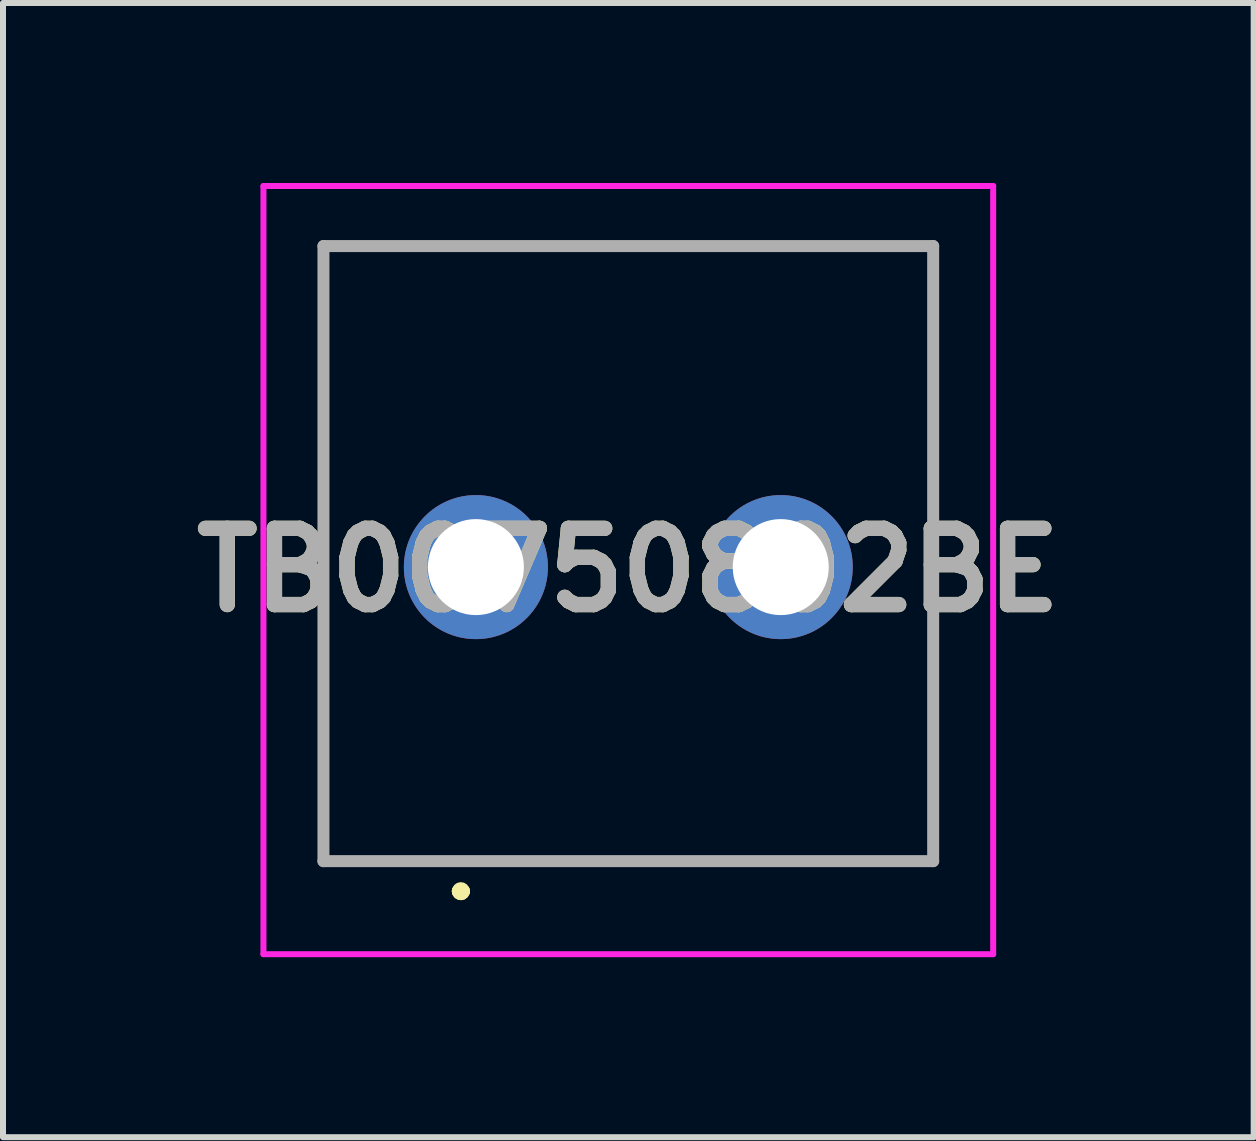
<source format=kicad_pcb>
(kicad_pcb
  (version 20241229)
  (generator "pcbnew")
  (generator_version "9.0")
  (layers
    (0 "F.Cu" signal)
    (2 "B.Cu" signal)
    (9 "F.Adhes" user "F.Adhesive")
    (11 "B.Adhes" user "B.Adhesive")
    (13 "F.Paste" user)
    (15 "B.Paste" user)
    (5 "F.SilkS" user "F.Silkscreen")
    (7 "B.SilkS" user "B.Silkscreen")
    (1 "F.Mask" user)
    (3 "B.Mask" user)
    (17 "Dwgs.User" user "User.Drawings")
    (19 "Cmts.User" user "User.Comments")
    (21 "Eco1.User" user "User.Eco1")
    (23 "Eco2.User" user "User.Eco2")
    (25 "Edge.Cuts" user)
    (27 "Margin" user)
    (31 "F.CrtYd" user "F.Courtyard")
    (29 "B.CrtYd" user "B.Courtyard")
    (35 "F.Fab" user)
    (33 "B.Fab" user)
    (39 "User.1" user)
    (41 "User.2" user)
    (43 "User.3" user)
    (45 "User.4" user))
  (footprint "TB00750802BE"
    (layer "F.Cu")
    (at 4.88 6.4)
    (property "Reference" "TB00750802BE" (at 2.54 0.05 0) (layer "F.SilkS") (effects (font (size 1.27 1.27) (thickness 0.254))))
    (attr through_hole)
    (fp_line (start -2.54 -5.35) (end 7.62 -5.35) (stroke (width 0.1) (type solid)) (layer "F.SilkS"))
    (fp_line (start -2.54 4.9) (end -2.54 -5.35) (stroke (width 0.1) (type solid)) (layer "F.SilkS"))
    (fp_line (start -0.3 5.4) (end -0.3 5.4) (stroke (width 0.2) (type solid)) (layer "F.SilkS"))
    (fp_line (start -0.3 5.4) (end -0.3 5.4) (stroke (width 0.2) (type solid)) (layer "F.SilkS"))
    (fp_line (start -0.2 5.4) (end -0.2 5.4) (stroke (width 0.2) (type solid)) (layer "F.SilkS"))
    (fp_line (start 7.62 -5.35) (end 7.62 4.9) (stroke (width 0.1) (type solid)) (layer "F.SilkS"))
    (fp_line (start 7.62 4.9) (end -2.54 4.9) (stroke (width 0.1) (type solid)) (layer "F.SilkS"))
    (fp_arc (start -0.3 5.4) (mid -0.25 5.35) (end -0.2 5.4) (stroke (width 0.2) (type solid)) (layer "F.SilkS"))
    (fp_arc (start -0.2 5.4) (mid -0.25 5.45) (end -0.3 5.4) (stroke (width 0.2) (type solid)) (layer "F.SilkS"))
    (fp_arc (start -0.2 5.4) (mid -0.25 5.45) (end -0.3 5.4) (stroke (width 0.2) (type solid)) (layer "F.SilkS"))
    (fp_line (start -3.54 -6.35) (end 8.62 -6.35) (stroke (width 0.1) (type solid)) (layer "F.CrtYd"))
    (fp_line (start -3.54 6.45) (end -3.54 -6.35) (stroke (width 0.1) (type solid)) (layer "F.CrtYd"))
    (fp_line (start 8.62 -6.35) (end 8.62 6.45) (stroke (width 0.1) (type solid)) (layer "F.CrtYd"))
    (fp_line (start 8.62 6.45) (end -3.54 6.45) (stroke (width 0.1) (type solid)) (layer "F.CrtYd"))
    (fp_line (start -2.54 -5.35) (end -2.54 4.9) (stroke (width 0.2) (type solid)) (layer "F.Fab"))
    (fp_line (start -2.54 4.9) (end 7.62 4.9) (stroke (width 0.2) (type solid)) (layer "F.Fab"))
    (fp_line (start 7.62 -5.35) (end -2.54 -5.35) (stroke (width 0.2) (type solid)) (layer "F.Fab"))
    (fp_line (start 7.62 4.9) (end 7.62 -5.35) (stroke (width 0.2) (type solid)) (layer "F.Fab"))
    (fp_text user "${REFERENCE}" (at 2.54 0.05 0) (layer "F.Fab") (effects (font (size 1.27 1.27) (thickness 0.254))))
    (pad "1" thru_hole circle (at 0 0) (size 2.4 2.4) (drill 1.6) (layers "*.Cu" "*.Mask"))
    (pad "2" thru_hole circle (at 5.08 0) (size 2.4 2.4) (drill 1.6) (layers "*.Cu" "*.Mask")))
  (gr_rect
    (start -3 -3)
    (end 17.841 15.9)
    (stroke (width 0.1) (type default))
    (fill no)
    (layer "Edge.Cuts")))
</source>
